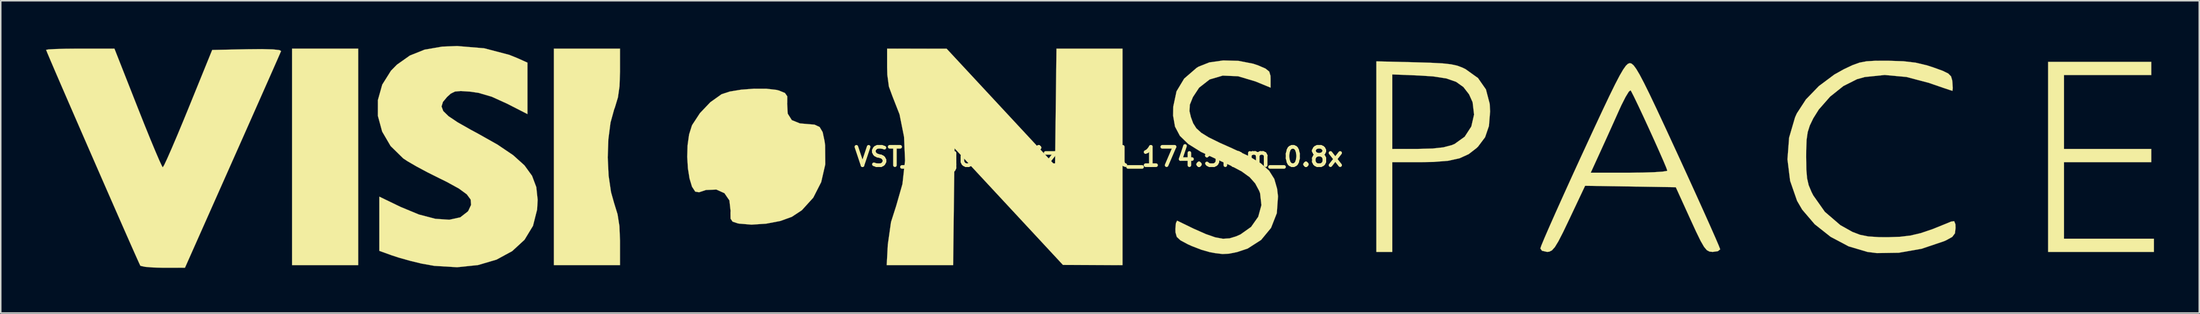
<source format=kicad_pcb>
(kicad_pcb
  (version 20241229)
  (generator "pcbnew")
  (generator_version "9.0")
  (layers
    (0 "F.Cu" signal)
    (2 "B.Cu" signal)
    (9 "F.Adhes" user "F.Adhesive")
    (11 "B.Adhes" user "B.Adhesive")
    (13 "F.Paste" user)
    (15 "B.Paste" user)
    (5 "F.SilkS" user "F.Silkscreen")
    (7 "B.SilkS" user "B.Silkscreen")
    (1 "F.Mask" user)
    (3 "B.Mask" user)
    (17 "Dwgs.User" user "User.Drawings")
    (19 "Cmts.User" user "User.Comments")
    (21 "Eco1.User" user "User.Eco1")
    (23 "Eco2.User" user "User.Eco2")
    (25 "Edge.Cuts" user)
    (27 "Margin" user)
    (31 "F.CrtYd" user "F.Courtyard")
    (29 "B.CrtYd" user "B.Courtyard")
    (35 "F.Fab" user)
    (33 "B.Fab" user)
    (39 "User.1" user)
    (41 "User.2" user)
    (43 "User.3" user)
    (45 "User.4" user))
  (footprint "VST_logo_horizontal_174.5mm_0.8x"
    (layer "F.Cu")
    (at 69.723 7.359)
    (property "Reference" "VST_logo_horizontal_174.5mm_0.8x" (at 0 0 0) (layer "F.SilkS") (effects (font (size 1.219 1.219) (thickness 0.24))))
    (attr through_hole)
    (fp_poly (pts (xy -49.048 7.182) (xy -53.428 7.182) (xy -53.428 -7.182) (xy -49.048 -7.182) (xy -49.048 7.182)) (stroke (width 0.008) (type solid)) (fill yes) (layer "F.SilkS"))
    (fp_poly (pts (xy 69.719 -5.43) (xy 63.938 -5.43) (xy 63.938 -0.526) (xy 69.719 -0.526) (xy 69.719 0.35) (xy 63.938 0.35) (xy 63.938 5.43) (xy 69.894 5.43) (xy 69.894 6.306) (xy 62.887 6.306) (xy 62.887 -6.306) (xy 69.719 -6.306) (xy 69.719 -5.43)) (stroke (width 0.008) (type solid)) (fill yes) (layer "F.SilkS"))
    (fp_poly (pts (xy -31.706 -5.649) (xy -31.737 -4.695) (xy -31.842 -3.951) (xy -32.044 -3.28) (xy -32.093 -3.153) (xy -32.335 -2.274) (xy -32.477 -1.173) (xy -32.519 0.039) (xy -32.461 1.247) (xy -32.301 2.339) (xy -32.099 3.059) (xy -31.869 3.805) (xy -31.745 4.591) (xy -31.706 5.564) (xy -31.706 5.643) (xy -31.706 7.182) (xy -36.086 7.182) (xy -36.086 -7.182) (xy -31.706 -7.182) (xy -31.706 -5.649)) (stroke (width 0.008) (type solid)) (fill yes) (layer "F.SilkS"))
    (fp_poly (pts (xy 1.577 7.182) (xy -2.365 7.171) (xy -9.547 -0.569) (xy -9.594 3.306) (xy -9.641 7.182) (xy -14.04 7.182) (xy -13.968 5.824) (xy -13.756 4.326) (xy -13.41 3.241) (xy -12.998 1.801) (xy -12.826 0.246) (xy -12.892 -1.328) (xy -13.191 -2.823) (xy -13.662 -4.026) (xy -13.895 -4.66) (xy -14.001 -5.451) (xy -14.014 -5.949) (xy -14.014 -7.182) (xy -12.043 -7.179) (xy -10.072 -7.177) (xy -6.481 -3.308) (xy -2.89 0.561) (xy -2.843 -3.311) (xy -2.796 -7.182) (xy 1.577 -7.182) (xy 1.577 7.182)) (stroke (width 0.008) (type solid)) (fill yes) (layer "F.SilkS"))
    (fp_poly (pts (xy 20.977 -6.275) (xy 22.019 -6.244) (xy 22.782 -6.203) (xy 23.334 -6.142) (xy 23.746 -6.053) (xy 24.088 -5.925) (xy 24.299 -5.821) (xy 25.123 -5.231) (xy 25.65 -4.476) (xy 25.899 -3.525) (xy 25.926 -3.016) (xy 25.849 -2.049) (xy 25.595 -1.304) (xy 25.128 -0.682) (xy 25.02 -0.578) (xy 24.505 -0.181) (xy 23.908 0.091) (xy 23.157 0.258) (xy 22.18 0.337) (xy 21.377 0.35) (xy 19.444 0.35) (xy 19.444 6.306) (xy 18.393 6.306) (xy 18.393 -0.526) (xy 19.444 -0.526) (xy 21.152 -0.529) (xy 22.118 -0.554) (xy 22.828 -0.632) (xy 23.373 -0.775) (xy 23.574 -0.857) (xy 24.243 -1.338) (xy 24.682 -2.016) (xy 24.864 -2.808) (xy 24.767 -3.628) (xy 24.531 -4.152) (xy 24.157 -4.634) (xy 23.677 -4.977) (xy 23.027 -5.204) (xy 22.144 -5.34) (xy 21.24 -5.398) (xy 19.444 -5.47) (xy 19.444 -0.526) (xy 18.393 -0.526) (xy 18.393 -6.338) (xy 20.977 -6.275)) (stroke (width 0.008) (type solid)) (fill yes) (layer "F.SilkS"))
    (fp_poly (pts (xy -22.009 -4.522) (xy -21.342 -4.445) (xy -21.171 -4.4) (xy -20.78 -4.238) (xy -20.628 -4.018) (xy -20.629 -3.602) (xy -20.634 -3.547) (xy -20.598 -2.869) (xy -20.325 -2.437) (xy -19.789 -2.221) (xy -19.361 -2.184) (xy -18.823 -2.139) (xy -18.484 -1.982) (xy -18.283 -1.642) (xy -18.157 -1.046) (xy -18.12 -0.769) (xy -18.109 0.495) (xy -18.379 1.673) (xy -18.905 2.706) (xy -19.659 3.538) (xy -20.325 3.978) (xy -21.085 4.254) (xy -22.029 4.433) (xy -22.998 4.497) (xy -23.832 4.427) (xy -23.911 4.41) (xy -24.247 4.299) (xy -24.384 4.102) (xy -24.39 3.702) (xy -24.382 3.585) (xy -24.46 2.89) (xy -24.789 2.409) (xy -25.322 2.169) (xy -26.013 2.197) (xy -26.47 2.349) (xy -26.724 2.304) (xy -26.937 1.978) (xy -27.1 1.44) (xy -27.209 0.756) (xy -27.254 -0.005) (xy -27.23 -0.775) (xy -27.13 -1.486) (xy -26.947 -2.07) (xy -26.923 -2.121) (xy -26.409 -2.906) (xy -25.72 -3.629) (xy -24.986 -4.152) (xy -24.973 -4.159) (xy -24.439 -4.334) (xy -23.683 -4.459) (xy -22.831 -4.524) (xy -22.009 -4.522)) (stroke (width 0.008) (type solid)) (fill yes) (layer "F.SilkS"))
    (fp_poly (pts (xy -63.646 -3.247) (xy -63.211 -2.151) (xy -62.815 -1.173) (xy -62.475 -0.356) (xy -62.212 0.255) (xy -62.043 0.616) (xy -61.991 0.695) (xy -61.898 0.541) (xy -61.694 0.107) (xy -61.399 -0.564) (xy -61.031 -1.427) (xy -60.611 -2.438) (xy -60.3 -3.197) (xy -58.718 -7.094) (xy -56.407 -7.143) (xy -55.424 -7.152) (xy -54.702 -7.133) (xy -54.27 -7.086) (xy -54.156 -7.023) (xy -54.237 -6.832) (xy -54.446 -6.354) (xy -54.768 -5.623) (xy -55.189 -4.671) (xy -55.693 -3.531) (xy -56.265 -2.238) (xy -56.892 -0.823) (xy -57.369 0.251) (xy -60.522 7.356) (xy -61.957 7.357) (xy -62.631 7.34) (xy -63.158 7.297) (xy -63.452 7.234) (xy -63.481 7.213) (xy -63.572 7.019) (xy -63.784 6.547) (xy -64.099 5.837) (xy -64.5 4.927) (xy -64.969 3.858) (xy -65.489 2.67) (xy -66.044 1.4) (xy -66.615 0.091) (xy -67.186 -1.22) (xy -67.739 -2.492) (xy -68.257 -3.686) (xy -68.723 -4.762) (xy -69.119 -5.68) (xy -69.428 -6.402) (xy -69.633 -6.887) (xy -69.718 -7.096) (xy -69.719 -7.1) (xy -69.554 -7.131) (xy -69.105 -7.156) (xy -68.436 -7.174) (xy -67.612 -7.182) (xy -67.456 -7.182) (xy -65.194 -7.182) (xy -63.646 -3.247)) (stroke (width 0.008) (type solid)) (fill yes) (layer "F.SilkS"))
    (fp_poly (pts (xy -40.698 -7.205) (xy -39.039 -6.769) (xy -38.494 -6.548) (xy -37.837 -6.253) (xy -37.837 -2.84) (xy -39.197 -3.535) (xy -40.2 -3.99) (xy -41.075 -4.247) (xy -41.634 -4.328) (xy -42.249 -4.369) (xy -42.635 -4.335) (xy -42.915 -4.198) (xy -43.163 -3.974) (xy -43.435 -3.646) (xy -43.527 -3.345) (xy -43.414 -3.04) (xy -43.068 -2.701) (xy -42.464 -2.295) (xy -41.576 -1.791) (xy -41.157 -1.567) (xy -39.817 -0.811) (xy -38.786 -0.113) (xy -38.034 0.564) (xy -37.532 1.257) (xy -37.251 2.005) (xy -37.161 2.844) (xy -37.196 3.494) (xy -37.469 4.575) (xy -38.03 5.5) (xy -38.845 6.252) (xy -39.883 6.817) (xy -41.111 7.179) (xy -42.494 7.322) (xy -44.002 7.232) (xy -44.843 7.083) (xy -45.601 6.899) (xy -46.366 6.683) (xy -46.813 6.537) (xy -47.647 6.237) (xy -47.647 2.64) (xy -46.245 3.318) (xy -45.027 3.824) (xy -43.939 4.109) (xy -43.015 4.172) (xy -42.286 4.012) (xy -41.787 3.625) (xy -41.748 3.569) (xy -41.57 3.185) (xy -41.596 2.835) (xy -41.853 2.486) (xy -42.372 2.105) (xy -43.18 1.66) (xy -43.654 1.427) (xy -44.449 1.029) (xy -45.189 0.633) (xy -45.778 0.291) (xy -46.067 0.099) (xy -46.901 -0.72) (xy -47.46 -1.678) (xy -47.742 -2.716) (xy -47.741 -3.775) (xy -47.455 -4.794) (xy -46.878 -5.714) (xy -46.482 -6.118) (xy -45.627 -6.723) (xy -44.651 -7.115) (xy -43.483 -7.316) (xy -42.491 -7.355) (xy -40.698 -7.205)) (stroke (width 0.008) (type solid)) (fill yes) (layer "F.SilkS"))
    (fp_poly (pts (xy 9.256 -6.371) (xy 10.228 -6.183) (xy 10.554 -6.073) (xy 11.05 -5.859) (xy 11.297 -5.658) (xy 11.38 -5.378) (xy 11.386 -5.173) (xy 11.386 -4.594) (xy 10.379 -5.008) (xy 9.233 -5.35) (xy 8.215 -5.392) (xy 7.348 -5.137) (xy 6.652 -4.592) (xy 6.24 -3.966) (xy 6.035 -3.455) (xy 6.015 -3.027) (xy 6.107 -2.639) (xy 6.257 -2.231) (xy 6.467 -1.898) (xy 6.792 -1.6) (xy 7.287 -1.294) (xy 8.007 -0.939) (xy 8.848 -0.563) (xy 9.94 -0.049) (xy 10.737 0.428) (xy 11.286 0.916) (xy 11.631 1.462) (xy 11.818 2.114) (xy 11.877 2.621) (xy 11.799 3.735) (xy 11.416 4.713) (xy 10.76 5.51) (xy 9.865 6.084) (xy 9.164 6.318) (xy 8.632 6.424) (xy 8.2 6.446) (xy 7.694 6.384) (xy 7.351 6.32) (xy 6.814 6.167) (xy 6.175 5.921) (xy 5.905 5.799) (xy 5.417 5.538) (xy 5.171 5.308) (xy 5.087 5.008) (xy 5.08 4.787) (xy 5.112 4.402) (xy 5.192 4.237) (xy 5.211 4.24) (xy 6.277 4.759) (xy 7.096 5.122) (xy 7.728 5.342) (xy 8.232 5.433) (xy 8.669 5.406) (xy 9.098 5.276) (xy 9.392 5.146) (xy 10.094 4.648) (xy 10.568 3.973) (xy 10.779 3.201) (xy 10.691 2.414) (xy 10.63 2.252) (xy 10.368 1.763) (xy 10.003 1.35) (xy 9.472 0.966) (xy 8.716 0.565) (xy 7.905 0.201) (xy 6.767 -0.336) (xy 5.937 -0.853) (xy 5.378 -1.396) (xy 5.055 -2.008) (xy 4.929 -2.733) (xy 4.94 -3.339) (xy 5.156 -4.352) (xy 5.661 -5.193) (xy 6.476 -5.898) (xy 6.609 -5.983) (xy 7.33 -6.269) (xy 8.251 -6.399) (xy 9.256 -6.371)) (stroke (width 0.008) (type solid)) (fill yes) (layer "F.SilkS"))
    (fp_poly (pts (xy 53.299 -6.346) (xy 54.106 -6.252) (xy 54.846 -6.077) (xy 55.267 -5.941) (xy 55.899 -5.713) (xy 56.271 -5.531) (xy 56.458 -5.34) (xy 56.533 -5.082) (xy 56.548 -4.949) (xy 56.571 -4.563) (xy 56.552 -4.383) (xy 56.548 -4.382) (xy 56.37 -4.437) (xy 55.938 -4.582) (xy 55.331 -4.791) (xy 55.004 -4.905) (xy 53.502 -5.302) (xy 52.06 -5.434) (xy 50.743 -5.298) (xy 50.228 -5.154) (xy 49.326 -4.7) (xy 48.448 -3.999) (xy 47.697 -3.143) (xy 47.333 -2.562) (xy 47.104 -2.086) (xy 46.963 -1.646) (xy 46.889 -1.132) (xy 46.863 -0.431) (xy 46.86 0) (xy 46.872 0.829) (xy 46.921 1.418) (xy 47.027 1.88) (xy 47.212 2.324) (xy 47.33 2.556) (xy 48.098 3.646) (xy 49.125 4.53) (xy 49.915 4.974) (xy 50.424 5.169) (xy 50.979 5.28) (xy 51.696 5.326) (xy 52.289 5.329) (xy 53.079 5.302) (xy 53.767 5.22) (xy 54.452 5.059) (xy 55.232 4.794) (xy 56.205 4.401) (xy 56.449 4.298) (xy 56.663 4.264) (xy 56.746 4.464) (xy 56.756 4.717) (xy 56.716 5.071) (xy 56.538 5.31) (xy 56.136 5.532) (xy 55.971 5.604) (xy 54.504 6.098) (xy 52.99 6.363) (xy 51.54 6.385) (xy 50.914 6.306) (xy 49.668 5.935) (xy 48.478 5.303) (xy 47.427 4.471) (xy 46.596 3.498) (xy 46.258 2.916) (xy 45.798 1.59) (xy 45.622 0.16) (xy 45.731 -1.276) (xy 46.125 -2.624) (xy 46.244 -2.887) (xy 46.844 -3.81) (xy 47.702 -4.697) (xy 48.728 -5.464) (xy 49.364 -5.82) (xy 49.93 -6.086) (xy 50.391 -6.253) (xy 50.862 -6.343) (xy 51.456 -6.378) (xy 52.286 -6.379) (xy 53.299 -6.346)) (stroke (width 0.008) (type solid)) (fill yes) (layer "F.SilkS"))
    (fp_poly (pts (xy 35.301 -6.186) (xy 35.436 -6.067) (xy 35.606 -5.835) (xy 35.828 -5.461) (xy 36.115 -4.915) (xy 36.483 -4.17) (xy 36.946 -3.196) (xy 37.52 -1.965) (xy 38.219 -0.449) (xy 38.368 -0.126) (xy 38.993 1.239) (xy 39.569 2.506) (xy 40.081 3.64) (xy 40.512 4.604) (xy 40.847 5.364) (xy 41.069 5.882) (xy 41.163 6.125) (xy 41.166 6.136) (xy 41.014 6.258) (xy 40.672 6.306) (xy 40.463 6.286) (xy 40.283 6.191) (xy 40.097 5.971) (xy 39.87 5.577) (xy 39.568 4.957) (xy 39.202 4.16) (xy 38.226 2.014) (xy 32.218 1.919) (xy 31.183 4.112) (xy 30.761 4.994) (xy 30.448 5.604) (xy 30.212 5.991) (xy 30.02 6.205) (xy 29.839 6.293) (xy 29.701 6.306) (xy 29.362 6.229) (xy 29.254 6.076) (xy 29.325 5.87) (xy 29.527 5.383) (xy 29.845 4.65) (xy 30.262 3.708) (xy 30.762 2.594) (xy 31.328 1.344) (xy 31.462 1.051) (xy 32.591 1.051) (xy 35.126 1.051) (xy 36.024 1.042) (xy 36.781 1.017) (xy 37.338 0.98) (xy 37.632 0.934) (xy 37.662 0.913) (xy 37.592 0.711) (xy 37.403 0.26) (xy 37.124 -0.376) (xy 36.787 -1.13) (xy 36.421 -1.935) (xy 36.057 -2.725) (xy 35.724 -3.434) (xy 35.454 -3.995) (xy 35.276 -4.343) (xy 35.229 -4.419) (xy 35.113 -4.327) (xy 34.899 -3.977) (xy 34.623 -3.432) (xy 34.473 -3.105) (xy 34.079 -2.224) (xy 33.64 -1.25) (xy 33.244 -0.379) (xy 33.211 -0.307) (xy 32.591 1.051) (xy 31.462 1.051) (xy 31.946 -0.007) (xy 32.029 -0.186) (xy 32.751 -1.751) (xy 33.345 -3.026) (xy 33.825 -4.038) (xy 34.207 -4.817) (xy 34.506 -5.392) (xy 34.737 -5.79) (xy 34.915 -6.042) (xy 35.054 -6.175) (xy 35.171 -6.218) (xy 35.187 -6.219) (xy 35.301 -6.186)) (stroke (width 0.008) (type solid)) (fill yes) (layer "F.SilkS")))
  (gr_rect
    (start -3 -3)
    (end 142.62 17.72)
    (stroke (width 0.1) (type default))
    (fill no)
    (layer "Edge.Cuts")))
</source>
